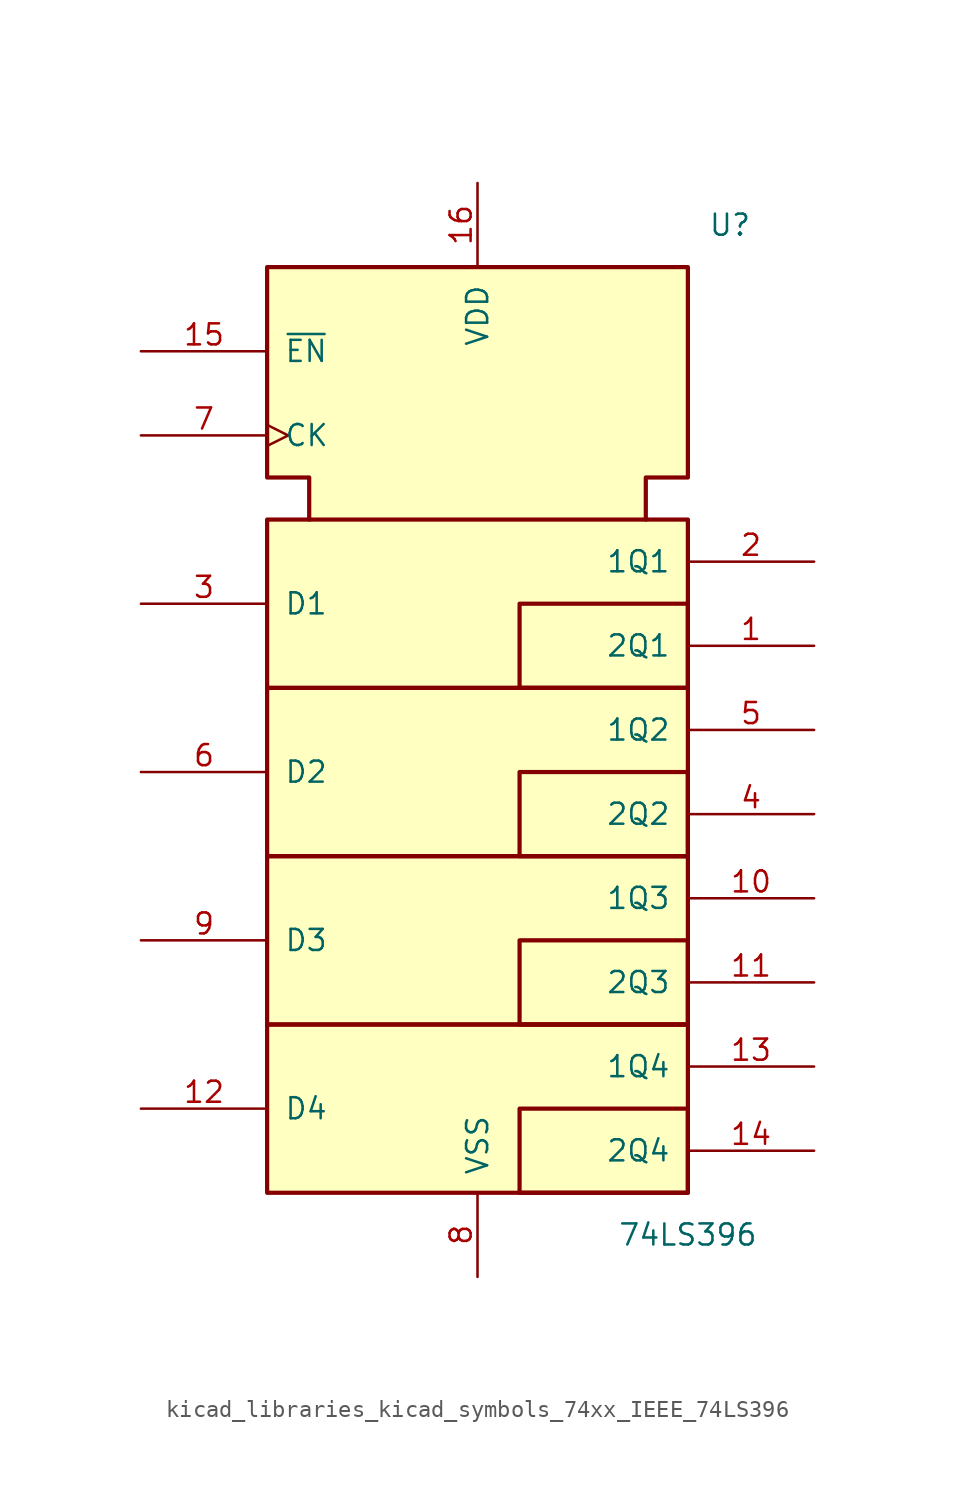
<source format=kicad_sym>
(kicad_symbol_lib
  (version 20220914)
  (generator kicad_symbol_editor)
  (symbol "kicad_libraries_kicad_symbols_74xx_IEEE_74LS396"
    (pin_names
      (offset 1.016))
    (property "Reference" "U"
      (at 15.24 20.32 0)
      (effects (font (size 1.27 1.27))))
    (property "Value" "74LS396"
      (at 12.7 -40.64 0)
      (effects (font (size 1.27 1.27))))
    (symbol "kicad_libraries_kicad_symbols_74xx_IEEE_74LS396_0_0"
      (rectangle (start -12.7 -27.94) (end 12.7 -38.1) (stroke (width 0.254) (type default)) (fill (type background)))
      (rectangle (start -12.7 -17.78) (end 12.7 -27.94) (stroke (width 0.254) (type default)) (fill (type background)))
      (rectangle (start -12.7 -7.62) (end 12.7 -17.78) (stroke (width 0.254) (type default)) (fill (type background)))
      (rectangle (start -12.7 2.54) (end 12.7 -7.62) (stroke (width 0.254) (type default)) (fill (type background)))
      (rectangle (start 12.7 -33.02) (end 2.54 -38.1) (stroke (width 0.254) (type default)) (fill (type background)))
      (rectangle (start 12.7 -22.86) (end 2.54 -27.94) (stroke (width 0.254) (type default)) (fill (type background)))
      (rectangle (start 12.7 -12.7) (end 2.54 -17.78) (stroke (width 0.254) (type default)) (fill (type background)))
      (rectangle (start 12.7 -2.54) (end 2.54 -7.62) (stroke (width 0.254) (type default)) (fill (type background))))
    (symbol "kicad_libraries_kicad_symbols_74xx_IEEE_74LS396_0_1"
      (polyline (pts (xy -10.16 2.54) (xy -10.16 5.08) (xy -12.7 5.08) (xy -12.7 17.78) (xy 12.7 17.78) (xy 12.7 5.08) (xy 10.16 5.08) (xy 10.16 2.54) (xy 10.16 2.54)) (stroke (width 0.254) (type default)) (fill (type background))))
    (symbol "kicad_libraries_kicad_symbols_74xx_IEEE_74LS396_1_1"
      (pin output line (at 20.32 -5.08 180) (length 7.62) (name "2Q1" (effects (font (size 1.27 1.27)))) (number "1" (effects (font (size 1.27 1.27)))))
      (pin output line (at 20.32 -20.32 180) (length 7.62) (name "1Q3" (effects (font (size 1.27 1.27)))) (number "10" (effects (font (size 1.27 1.27)))))
      (pin output line (at 20.32 -25.4 180) (length 7.62) (name "2Q3" (effects (font (size 1.27 1.27)))) (number "11" (effects (font (size 1.27 1.27)))))
      (pin input line (at -20.32 -33.02 0) (length 7.62) (name "D4" (effects (font (size 1.27 1.27)))) (number "12" (effects (font (size 1.27 1.27)))))
      (pin output line (at 20.32 -30.48 180) (length 7.62) (name "1Q4" (effects (font (size 1.27 1.27)))) (number "13" (effects (font (size 1.27 1.27)))))
      (pin output line (at 20.32 -35.56 180) (length 7.62) (name "2Q4" (effects (font (size 1.27 1.27)))) (number "14" (effects (font (size 1.27 1.27)))))
      (pin input line (at -20.32 12.7 0) (length 7.62) (name "~{EN}" (effects (font (size 1.27 1.27)))) (number "15" (effects (font (size 1.27 1.27)))))
      (pin power_in line (at 0 22.86 270) (length 5.08) (name "VDD" (effects (font (size 1.27 1.27)))) (number "16" (effects (font (size 1.27 1.27)))))
      (pin output line (at 20.32 0 180) (length 7.62) (name "1Q1" (effects (font (size 1.27 1.27)))) (number "2" (effects (font (size 1.27 1.27)))))
      (pin input line (at -20.32 -2.54 0) (length 7.62) (name "D1" (effects (font (size 1.27 1.27)))) (number "3" (effects (font (size 1.27 1.27)))))
      (pin output line (at 20.32 -15.24 180) (length 7.62) (name "2Q2" (effects (font (size 1.27 1.27)))) (number "4" (effects (font (size 1.27 1.27)))))
      (pin output line (at 20.32 -10.16 180) (length 7.62) (name "1Q2" (effects (font (size 1.27 1.27)))) (number "5" (effects (font (size 1.27 1.27)))))
      (pin input line (at -20.32 -12.7 0) (length 7.62) (name "D2" (effects (font (size 1.27 1.27)))) (number "6" (effects (font (size 1.27 1.27)))))
      (pin input clock (at -20.32 7.62 0) (length 7.62) (name "CK" (effects (font (size 1.27 1.27)))) (number "7" (effects (font (size 1.27 1.27)))))
      (pin power_in line (at 0 -43.18 90) (length 5.08) (name "VSS" (effects (font (size 1.27 1.27)))) (number "8" (effects (font (size 1.27 1.27)))))
      (pin input line (at -20.32 -22.86 0) (length 7.62) (name "D3" (effects (font (size 1.27 1.27)))) (number "9" (effects (font (size 1.27 1.27))))))))
</source>
